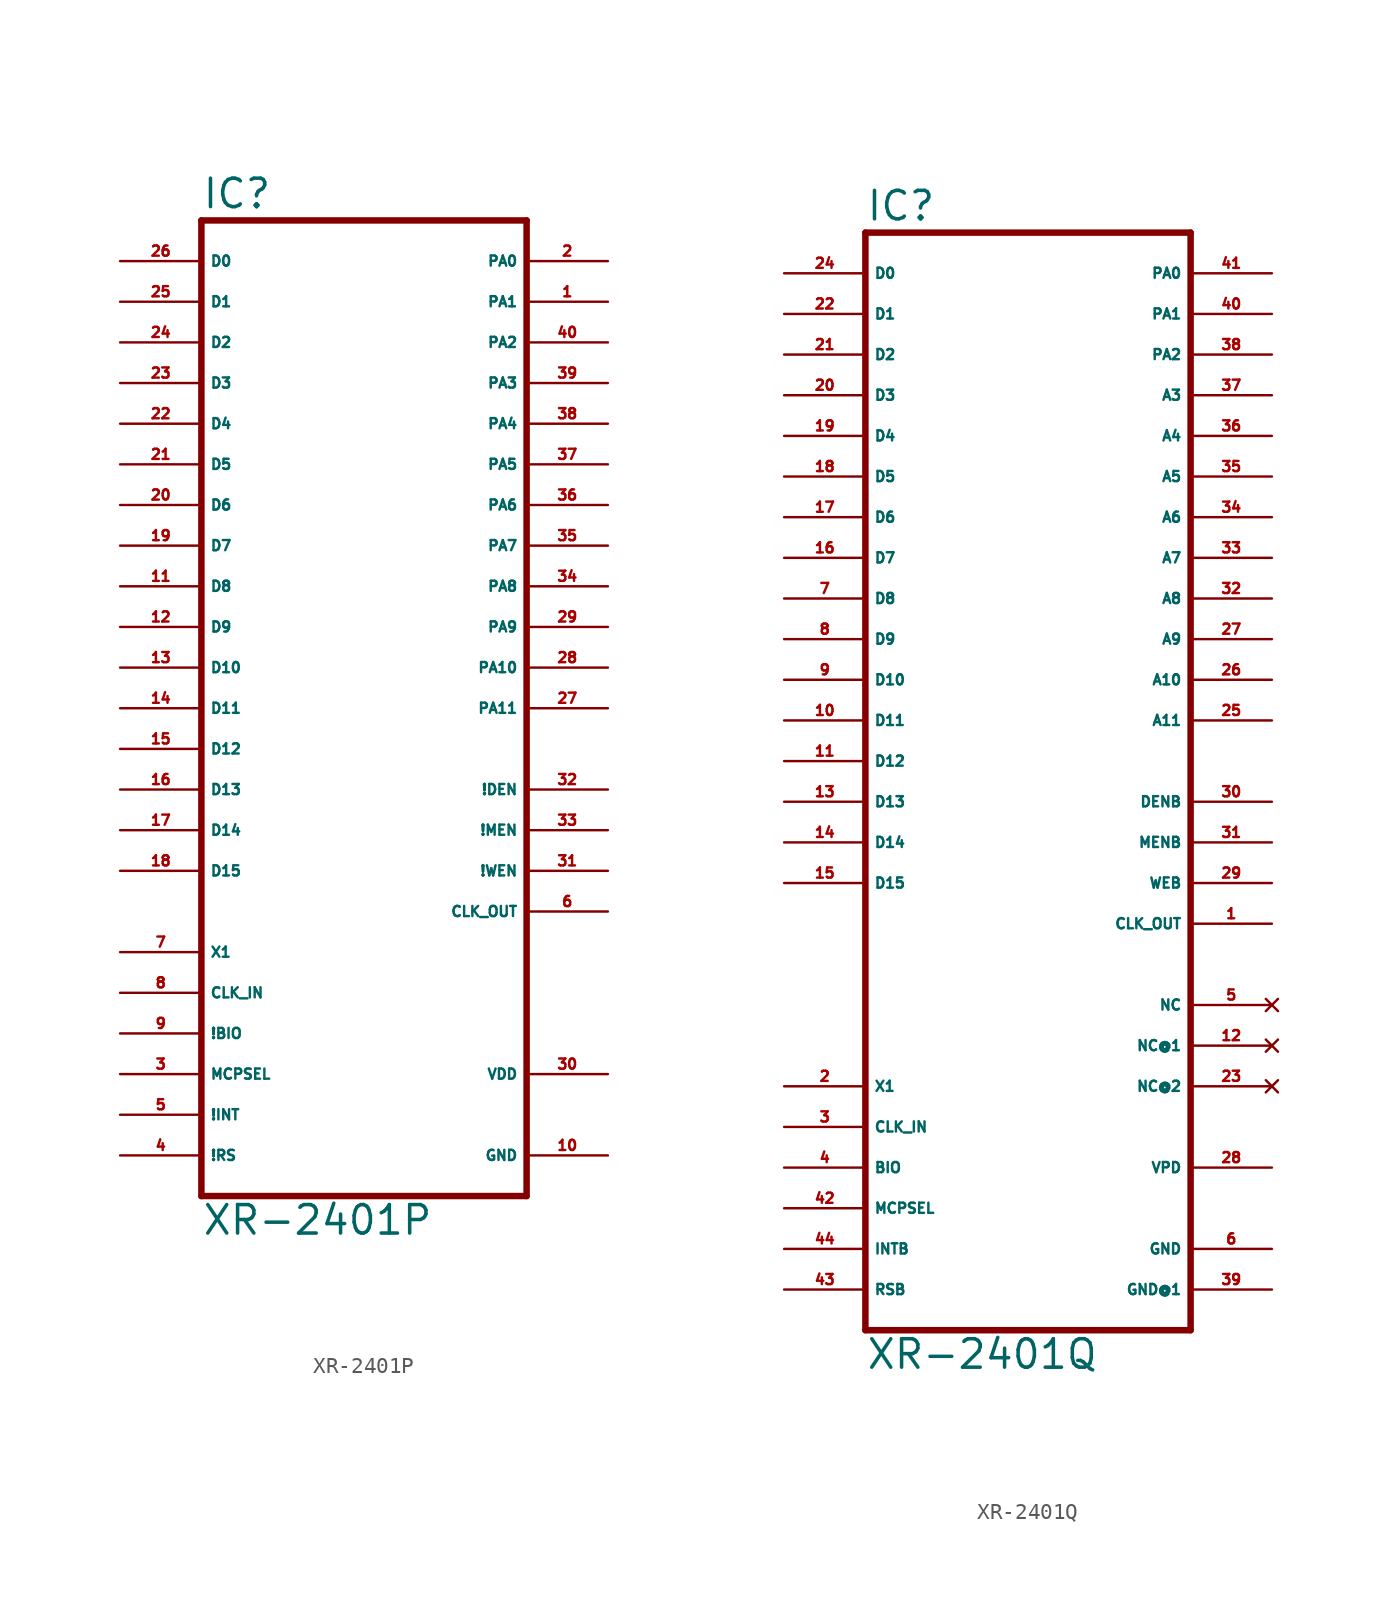
<source format=kicad_sym>
(kicad_symbol_lib
  (version 20220914)
  (generator Eagle2Kicad)
  (symbol "XR-2401P"
    (property "Reference" "IC"
      (at -10.16 33.655 0)
      (effects (font (size 1.778 1.778) (thickness 0.22)) (justify left bottom)))
    (property "Value" "XR-2401P"
      (at -10.16 -30.48 0)
      (effects (font (size 1.778 1.778) (thickness 0.22)) (justify left bottom)))
    (polyline
      (pts (xy -10.16 -27.94) (xy 10.16 -27.94))
      (stroke (width 0.406) (type default))
      (fill (type none)))
    (polyline
      (pts (xy 10.16 -27.94) (xy 10.16 33.02))
      (stroke (width 0.406) (type default))
      (fill (type none)))
    (polyline
      (pts (xy 10.16 33.02) (xy -10.16 33.02))
      (stroke (width 0.406) (type default))
      (fill (type none)))
    (polyline
      (pts (xy -10.16 33.02) (xy -10.16 -27.94))
      (stroke (width 0.406) (type default))
      (fill (type none)))
    (pin bidirectional line
      (at -15.24 30.48 0)
      (length 5.08)
      (name "D0" (effects (font (size 0.635 0.635) (thickness 0.08)) (justify left bottom)))
      (number "26" (effects (font (size 0.635 0.635) (thickness 0.08)) (justify left bottom))))
    (pin output line
      (at 15.24 30.48 180)
      (length 5.08)
      (name "PA0" (effects (font (size 0.635 0.635) (thickness 0.08)) (justify left bottom)))
      (number "2" (effects (font (size 0.635 0.635) (thickness 0.08)) (justify left bottom))))
    (pin output line
      (at 15.24 27.94 180)
      (length 5.08)
      (name "PA1" (effects (font (size 0.635 0.635) (thickness 0.08)) (justify left bottom)))
      (number "1" (effects (font (size 0.635 0.635) (thickness 0.08)) (justify left bottom))))
    (pin output line
      (at 15.24 25.4 180)
      (length 5.08)
      (name "PA2" (effects (font (size 0.635 0.635) (thickness 0.08)) (justify left bottom)))
      (number "40" (effects (font (size 0.635 0.635) (thickness 0.08)) (justify left bottom))))
    (pin output line
      (at 15.24 22.86 180)
      (length 5.08)
      (name "PA3" (effects (font (size 0.635 0.635) (thickness 0.08)) (justify left bottom)))
      (number "39" (effects (font (size 0.635 0.635) (thickness 0.08)) (justify left bottom))))
    (pin output line
      (at 15.24 20.32 180)
      (length 5.08)
      (name "PA4" (effects (font (size 0.635 0.635) (thickness 0.08)) (justify left bottom)))
      (number "38" (effects (font (size 0.635 0.635) (thickness 0.08)) (justify left bottom))))
    (pin output line
      (at 15.24 17.78 180)
      (length 5.08)
      (name "PA5" (effects (font (size 0.635 0.635) (thickness 0.08)) (justify left bottom)))
      (number "37" (effects (font (size 0.635 0.635) (thickness 0.08)) (justify left bottom))))
    (pin output line
      (at 15.24 15.24 180)
      (length 5.08)
      (name "PA6" (effects (font (size 0.635 0.635) (thickness 0.08)) (justify left bottom)))
      (number "36" (effects (font (size 0.635 0.635) (thickness 0.08)) (justify left bottom))))
    (pin output line
      (at 15.24 12.7 180)
      (length 5.08)
      (name "PA7" (effects (font (size 0.635 0.635) (thickness 0.08)) (justify left bottom)))
      (number "35" (effects (font (size 0.635 0.635) (thickness 0.08)) (justify left bottom))))
    (pin output line
      (at 15.24 10.16 180)
      (length 5.08)
      (name "PA8" (effects (font (size 0.635 0.635) (thickness 0.08)) (justify left bottom)))
      (number "34" (effects (font (size 0.635 0.635) (thickness 0.08)) (justify left bottom))))
    (pin output line
      (at 15.24 7.62 180)
      (length 5.08)
      (name "PA9" (effects (font (size 0.635 0.635) (thickness 0.08)) (justify left bottom)))
      (number "29" (effects (font (size 0.635 0.635) (thickness 0.08)) (justify left bottom))))
    (pin output line
      (at 15.24 5.08 180)
      (length 5.08)
      (name "PA10" (effects (font (size 0.635 0.635) (thickness 0.08)) (justify left bottom)))
      (number "28" (effects (font (size 0.635 0.635) (thickness 0.08)) (justify left bottom))))
    (pin output line
      (at 15.24 2.54 180)
      (length 5.08)
      (name "PA11" (effects (font (size 0.635 0.635) (thickness 0.08)) (justify left bottom)))
      (number "27" (effects (font (size 0.635 0.635) (thickness 0.08)) (justify left bottom))))
    (pin bidirectional line
      (at -15.24 27.94 0)
      (length 5.08)
      (name "D1" (effects (font (size 0.635 0.635) (thickness 0.08)) (justify left bottom)))
      (number "25" (effects (font (size 0.635 0.635) (thickness 0.08)) (justify left bottom))))
    (pin bidirectional line
      (at -15.24 25.4 0)
      (length 5.08)
      (name "D2" (effects (font (size 0.635 0.635) (thickness 0.08)) (justify left bottom)))
      (number "24" (effects (font (size 0.635 0.635) (thickness 0.08)) (justify left bottom))))
    (pin bidirectional line
      (at -15.24 22.86 0)
      (length 5.08)
      (name "D3" (effects (font (size 0.635 0.635) (thickness 0.08)) (justify left bottom)))
      (number "23" (effects (font (size 0.635 0.635) (thickness 0.08)) (justify left bottom))))
    (pin bidirectional line
      (at -15.24 20.32 0)
      (length 5.08)
      (name "D4" (effects (font (size 0.635 0.635) (thickness 0.08)) (justify left bottom)))
      (number "22" (effects (font (size 0.635 0.635) (thickness 0.08)) (justify left bottom))))
    (pin bidirectional line
      (at -15.24 17.78 0)
      (length 5.08)
      (name "D5" (effects (font (size 0.635 0.635) (thickness 0.08)) (justify left bottom)))
      (number "21" (effects (font (size 0.635 0.635) (thickness 0.08)) (justify left bottom))))
    (pin bidirectional line
      (at -15.24 15.24 0)
      (length 5.08)
      (name "D6" (effects (font (size 0.635 0.635) (thickness 0.08)) (justify left bottom)))
      (number "20" (effects (font (size 0.635 0.635) (thickness 0.08)) (justify left bottom))))
    (pin bidirectional line
      (at -15.24 12.7 0)
      (length 5.08)
      (name "D7" (effects (font (size 0.635 0.635) (thickness 0.08)) (justify left bottom)))
      (number "19" (effects (font (size 0.635 0.635) (thickness 0.08)) (justify left bottom))))
    (pin bidirectional line
      (at -15.24 10.16 0)
      (length 5.08)
      (name "D8" (effects (font (size 0.635 0.635) (thickness 0.08)) (justify left bottom)))
      (number "11" (effects (font (size 0.635 0.635) (thickness 0.08)) (justify left bottom))))
    (pin bidirectional line
      (at -15.24 7.62 0)
      (length 5.08)
      (name "D9" (effects (font (size 0.635 0.635) (thickness 0.08)) (justify left bottom)))
      (number "12" (effects (font (size 0.635 0.635) (thickness 0.08)) (justify left bottom))))
    (pin bidirectional line
      (at -15.24 5.08 0)
      (length 5.08)
      (name "D10" (effects (font (size 0.635 0.635) (thickness 0.08)) (justify left bottom)))
      (number "13" (effects (font (size 0.635 0.635) (thickness 0.08)) (justify left bottom))))
    (pin bidirectional line
      (at -15.24 2.54 0)
      (length 5.08)
      (name "D11" (effects (font (size 0.635 0.635) (thickness 0.08)) (justify left bottom)))
      (number "14" (effects (font (size 0.635 0.635) (thickness 0.08)) (justify left bottom))))
    (pin bidirectional line
      (at -15.24 0 0)
      (length 5.08)
      (name "D12" (effects (font (size 0.635 0.635) (thickness 0.08)) (justify left bottom)))
      (number "15" (effects (font (size 0.635 0.635) (thickness 0.08)) (justify left bottom))))
    (pin bidirectional line
      (at -15.24 -2.54 0)
      (length 5.08)
      (name "D13" (effects (font (size 0.635 0.635) (thickness 0.08)) (justify left bottom)))
      (number "16" (effects (font (size 0.635 0.635) (thickness 0.08)) (justify left bottom))))
    (pin bidirectional line
      (at -15.24 -5.08 0)
      (length 5.08)
      (name "D14" (effects (font (size 0.635 0.635) (thickness 0.08)) (justify left bottom)))
      (number "17" (effects (font (size 0.635 0.635) (thickness 0.08)) (justify left bottom))))
    (pin bidirectional line
      (at -15.24 -7.62 0)
      (length 5.08)
      (name "D15" (effects (font (size 0.635 0.635) (thickness 0.08)) (justify left bottom)))
      (number "18" (effects (font (size 0.635 0.635) (thickness 0.08)) (justify left bottom))))
    (pin output line
      (at 15.24 -10.16 180)
      (length 5.08)
      (name "CLK_OUT" (effects (font (size 0.635 0.635) (thickness 0.08)) (justify left bottom)))
      (number "6" (effects (font (size 0.635 0.635) (thickness 0.08)) (justify left bottom))))
    (pin output line
      (at 15.24 -2.54 180)
      (length 5.08)
      (name "!DEN" (effects (font (size 0.635 0.635) (thickness 0.08)) (justify left bottom)))
      (number "32" (effects (font (size 0.635 0.635) (thickness 0.08)) (justify left bottom))))
    (pin output line
      (at 15.24 -5.08 180)
      (length 5.08)
      (name "!MEN" (effects (font (size 0.635 0.635) (thickness 0.08)) (justify left bottom)))
      (number "33" (effects (font (size 0.635 0.635) (thickness 0.08)) (justify left bottom))))
    (pin output line
      (at 15.24 -7.62 180)
      (length 5.08)
      (name "!WEN" (effects (font (size 0.635 0.635) (thickness 0.08)) (justify left bottom)))
      (number "31" (effects (font (size 0.635 0.635) (thickness 0.08)) (justify left bottom))))
    (pin input line
      (at -15.24 -12.7 0)
      (length 5.08)
      (name "X1" (effects (font (size 0.635 0.635) (thickness 0.08)) (justify left bottom)))
      (number "7" (effects (font (size 0.635 0.635) (thickness 0.08)) (justify left bottom))))
    (pin input line
      (at -15.24 -15.24 0)
      (length 5.08)
      (name "CLK_IN" (effects (font (size 0.635 0.635) (thickness 0.08)) (justify left bottom)))
      (number "8" (effects (font (size 0.635 0.635) (thickness 0.08)) (justify left bottom))))
    (pin input line
      (at -15.24 -17.78 0)
      (length 5.08)
      (name "!BIO" (effects (font (size 0.635 0.635) (thickness 0.08)) (justify left bottom)))
      (number "9" (effects (font (size 0.635 0.635) (thickness 0.08)) (justify left bottom))))
    (pin input line
      (at -15.24 -20.32 0)
      (length 5.08)
      (name "MCPSEL" (effects (font (size 0.635 0.635) (thickness 0.08)) (justify left bottom)))
      (number "3" (effects (font (size 0.635 0.635) (thickness 0.08)) (justify left bottom))))
    (pin input line
      (at -15.24 -22.86 0)
      (length 5.08)
      (name "!INT" (effects (font (size 0.635 0.635) (thickness 0.08)) (justify left bottom)))
      (number "5" (effects (font (size 0.635 0.635) (thickness 0.08)) (justify left bottom))))
    (pin input line
      (at -15.24 -25.4 0)
      (length 5.08)
      (name "!RS" (effects (font (size 0.635 0.635) (thickness 0.08)) (justify left bottom)))
      (number "4" (effects (font (size 0.635 0.635) (thickness 0.08)) (justify left bottom))))
    (pin unspecified line
      (at 15.24 -25.4 180)
      (length 5.08)
      (name "GND" (effects (font (size 0.635 0.635) (thickness 0.08)) (justify left bottom)))
      (number "10" (effects (font (size 0.635 0.635) (thickness 0.08)) (justify left bottom))))
    (pin unspecified line
      (at 15.24 -20.32 180)
      (length 5.08)
      (name "VDD" (effects (font (size 0.635 0.635) (thickness 0.08)) (justify left bottom)))
      (number "30" (effects (font (size 0.635 0.635) (thickness 0.08)) (justify left bottom)))))
  (symbol "XR-2401Q"
    (property "Reference" "IC"
      (at -10.16 33.655 0)
      (effects (font (size 1.778 1.778) (thickness 0.22)) (justify left bottom)))
    (property "Value" "XR-2401Q"
      (at -10.16 -38.1 0)
      (effects (font (size 1.778 1.778) (thickness 0.22)) (justify left bottom)))
    (polyline
      (pts (xy -10.16 -35.56) (xy 10.16 -35.56))
      (stroke (width 0.406) (type default))
      (fill (type none)))
    (polyline
      (pts (xy 10.16 -35.56) (xy 10.16 33.02))
      (stroke (width 0.406) (type default))
      (fill (type none)))
    (polyline
      (pts (xy 10.16 33.02) (xy -10.16 33.02))
      (stroke (width 0.406) (type default))
      (fill (type none)))
    (polyline
      (pts (xy -10.16 33.02) (xy -10.16 -35.56))
      (stroke (width 0.406) (type default))
      (fill (type none)))
    (pin bidirectional line
      (at -15.24 30.48 0)
      (length 5.08)
      (name "D0" (effects (font (size 0.635 0.635) (thickness 0.08)) (justify left bottom)))
      (number "24" (effects (font (size 0.635 0.635) (thickness 0.08)) (justify left bottom))))
    (pin output line
      (at 15.24 30.48 180)
      (length 5.08)
      (name "PA0" (effects (font (size 0.635 0.635) (thickness 0.08)) (justify left bottom)))
      (number "41" (effects (font (size 0.635 0.635) (thickness 0.08)) (justify left bottom))))
    (pin output line
      (at 15.24 27.94 180)
      (length 5.08)
      (name "PA1" (effects (font (size 0.635 0.635) (thickness 0.08)) (justify left bottom)))
      (number "40" (effects (font (size 0.635 0.635) (thickness 0.08)) (justify left bottom))))
    (pin output line
      (at 15.24 25.4 180)
      (length 5.08)
      (name "PA2" (effects (font (size 0.635 0.635) (thickness 0.08)) (justify left bottom)))
      (number "38" (effects (font (size 0.635 0.635) (thickness 0.08)) (justify left bottom))))
    (pin output line
      (at 15.24 22.86 180)
      (length 5.08)
      (name "A3" (effects (font (size 0.635 0.635) (thickness 0.08)) (justify left bottom)))
      (number "37" (effects (font (size 0.635 0.635) (thickness 0.08)) (justify left bottom))))
    (pin output line
      (at 15.24 20.32 180)
      (length 5.08)
      (name "A4" (effects (font (size 0.635 0.635) (thickness 0.08)) (justify left bottom)))
      (number "36" (effects (font (size 0.635 0.635) (thickness 0.08)) (justify left bottom))))
    (pin output line
      (at 15.24 17.78 180)
      (length 5.08)
      (name "A5" (effects (font (size 0.635 0.635) (thickness 0.08)) (justify left bottom)))
      (number "35" (effects (font (size 0.635 0.635) (thickness 0.08)) (justify left bottom))))
    (pin output line
      (at 15.24 15.24 180)
      (length 5.08)
      (name "A6" (effects (font (size 0.635 0.635) (thickness 0.08)) (justify left bottom)))
      (number "34" (effects (font (size 0.635 0.635) (thickness 0.08)) (justify left bottom))))
    (pin output line
      (at 15.24 12.7 180)
      (length 5.08)
      (name "A7" (effects (font (size 0.635 0.635) (thickness 0.08)) (justify left bottom)))
      (number "33" (effects (font (size 0.635 0.635) (thickness 0.08)) (justify left bottom))))
    (pin output line
      (at 15.24 10.16 180)
      (length 5.08)
      (name "A8" (effects (font (size 0.635 0.635) (thickness 0.08)) (justify left bottom)))
      (number "32" (effects (font (size 0.635 0.635) (thickness 0.08)) (justify left bottom))))
    (pin output line
      (at 15.24 7.62 180)
      (length 5.08)
      (name "A9" (effects (font (size 0.635 0.635) (thickness 0.08)) (justify left bottom)))
      (number "27" (effects (font (size 0.635 0.635) (thickness 0.08)) (justify left bottom))))
    (pin output line
      (at 15.24 5.08 180)
      (length 5.08)
      (name "A10" (effects (font (size 0.635 0.635) (thickness 0.08)) (justify left bottom)))
      (number "26" (effects (font (size 0.635 0.635) (thickness 0.08)) (justify left bottom))))
    (pin output line
      (at 15.24 2.54 180)
      (length 5.08)
      (name "A11" (effects (font (size 0.635 0.635) (thickness 0.08)) (justify left bottom)))
      (number "25" (effects (font (size 0.635 0.635) (thickness 0.08)) (justify left bottom))))
    (pin bidirectional line
      (at -15.24 27.94 0)
      (length 5.08)
      (name "D1" (effects (font (size 0.635 0.635) (thickness 0.08)) (justify left bottom)))
      (number "22" (effects (font (size 0.635 0.635) (thickness 0.08)) (justify left bottom))))
    (pin bidirectional line
      (at -15.24 25.4 0)
      (length 5.08)
      (name "D2" (effects (font (size 0.635 0.635) (thickness 0.08)) (justify left bottom)))
      (number "21" (effects (font (size 0.635 0.635) (thickness 0.08)) (justify left bottom))))
    (pin bidirectional line
      (at -15.24 22.86 0)
      (length 5.08)
      (name "D3" (effects (font (size 0.635 0.635) (thickness 0.08)) (justify left bottom)))
      (number "20" (effects (font (size 0.635 0.635) (thickness 0.08)) (justify left bottom))))
    (pin bidirectional line
      (at -15.24 20.32 0)
      (length 5.08)
      (name "D4" (effects (font (size 0.635 0.635) (thickness 0.08)) (justify left bottom)))
      (number "19" (effects (font (size 0.635 0.635) (thickness 0.08)) (justify left bottom))))
    (pin bidirectional line
      (at -15.24 17.78 0)
      (length 5.08)
      (name "D5" (effects (font (size 0.635 0.635) (thickness 0.08)) (justify left bottom)))
      (number "18" (effects (font (size 0.635 0.635) (thickness 0.08)) (justify left bottom))))
    (pin bidirectional line
      (at -15.24 15.24 0)
      (length 5.08)
      (name "D6" (effects (font (size 0.635 0.635) (thickness 0.08)) (justify left bottom)))
      (number "17" (effects (font (size 0.635 0.635) (thickness 0.08)) (justify left bottom))))
    (pin bidirectional line
      (at -15.24 12.7 0)
      (length 5.08)
      (name "D7" (effects (font (size 0.635 0.635) (thickness 0.08)) (justify left bottom)))
      (number "16" (effects (font (size 0.635 0.635) (thickness 0.08)) (justify left bottom))))
    (pin bidirectional line
      (at -15.24 10.16 0)
      (length 5.08)
      (name "D8" (effects (font (size 0.635 0.635) (thickness 0.08)) (justify left bottom)))
      (number "7" (effects (font (size 0.635 0.635) (thickness 0.08)) (justify left bottom))))
    (pin bidirectional line
      (at -15.24 7.62 0)
      (length 5.08)
      (name "D9" (effects (font (size 0.635 0.635) (thickness 0.08)) (justify left bottom)))
      (number "8" (effects (font (size 0.635 0.635) (thickness 0.08)) (justify left bottom))))
    (pin bidirectional line
      (at -15.24 5.08 0)
      (length 5.08)
      (name "D10" (effects (font (size 0.635 0.635) (thickness 0.08)) (justify left bottom)))
      (number "9" (effects (font (size 0.635 0.635) (thickness 0.08)) (justify left bottom))))
    (pin bidirectional line
      (at -15.24 2.54 0)
      (length 5.08)
      (name "D11" (effects (font (size 0.635 0.635) (thickness 0.08)) (justify left bottom)))
      (number "10" (effects (font (size 0.635 0.635) (thickness 0.08)) (justify left bottom))))
    (pin bidirectional line
      (at -15.24 0 0)
      (length 5.08)
      (name "D12" (effects (font (size 0.635 0.635) (thickness 0.08)) (justify left bottom)))
      (number "11" (effects (font (size 0.635 0.635) (thickness 0.08)) (justify left bottom))))
    (pin bidirectional line
      (at -15.24 -2.54 0)
      (length 5.08)
      (name "D13" (effects (font (size 0.635 0.635) (thickness 0.08)) (justify left bottom)))
      (number "13" (effects (font (size 0.635 0.635) (thickness 0.08)) (justify left bottom))))
    (pin bidirectional line
      (at -15.24 -5.08 0)
      (length 5.08)
      (name "D14" (effects (font (size 0.635 0.635) (thickness 0.08)) (justify left bottom)))
      (number "14" (effects (font (size 0.635 0.635) (thickness 0.08)) (justify left bottom))))
    (pin bidirectional line
      (at -15.24 -7.62 0)
      (length 5.08)
      (name "D15" (effects (font (size 0.635 0.635) (thickness 0.08)) (justify left bottom)))
      (number "15" (effects (font (size 0.635 0.635) (thickness 0.08)) (justify left bottom))))
    (pin output line
      (at 15.24 -10.16 180)
      (length 5.08)
      (name "CLK_OUT" (effects (font (size 0.635 0.635) (thickness 0.08)) (justify left bottom)))
      (number "1" (effects (font (size 0.635 0.635) (thickness 0.08)) (justify left bottom))))
    (pin output line
      (at 15.24 -2.54 180)
      (length 5.08)
      (name "DENB" (effects (font (size 0.635 0.635) (thickness 0.08)) (justify left bottom)))
      (number "30" (effects (font (size 0.635 0.635) (thickness 0.08)) (justify left bottom))))
    (pin output line
      (at 15.24 -5.08 180)
      (length 5.08)
      (name "MENB" (effects (font (size 0.635 0.635) (thickness 0.08)) (justify left bottom)))
      (number "31" (effects (font (size 0.635 0.635) (thickness 0.08)) (justify left bottom))))
    (pin output line
      (at 15.24 -7.62 180)
      (length 5.08)
      (name "WEB" (effects (font (size 0.635 0.635) (thickness 0.08)) (justify left bottom)))
      (number "29" (effects (font (size 0.635 0.635) (thickness 0.08)) (justify left bottom))))
    (pin input line
      (at -15.24 -20.32 0)
      (length 5.08)
      (name "X1" (effects (font (size 0.635 0.635) (thickness 0.08)) (justify left bottom)))
      (number "2" (effects (font (size 0.635 0.635) (thickness 0.08)) (justify left bottom))))
    (pin input line
      (at -15.24 -22.86 0)
      (length 5.08)
      (name "CLK_IN" (effects (font (size 0.635 0.635) (thickness 0.08)) (justify left bottom)))
      (number "3" (effects (font (size 0.635 0.635) (thickness 0.08)) (justify left bottom))))
    (pin input line
      (at -15.24 -25.4 0)
      (length 5.08)
      (name "BIO" (effects (font (size 0.635 0.635) (thickness 0.08)) (justify left bottom)))
      (number "4" (effects (font (size 0.635 0.635) (thickness 0.08)) (justify left bottom))))
    (pin input line
      (at -15.24 -27.94 0)
      (length 5.08)
      (name "MCPSEL" (effects (font (size 0.635 0.635) (thickness 0.08)) (justify left bottom)))
      (number "42" (effects (font (size 0.635 0.635) (thickness 0.08)) (justify left bottom))))
    (pin input line
      (at -15.24 -30.48 0)
      (length 5.08)
      (name "INTB" (effects (font (size 0.635 0.635) (thickness 0.08)) (justify left bottom)))
      (number "44" (effects (font (size 0.635 0.635) (thickness 0.08)) (justify left bottom))))
    (pin input line
      (at -15.24 -33.02 0)
      (length 5.08)
      (name "RSB" (effects (font (size 0.635 0.635) (thickness 0.08)) (justify left bottom)))
      (number "43" (effects (font (size 0.635 0.635) (thickness 0.08)) (justify left bottom))))
    (pin unspecified line
      (at 15.24 -30.48 180)
      (length 5.08)
      (name "GND" (effects (font (size 0.635 0.635) (thickness 0.08)) (justify left bottom)))
      (number "6" (effects (font (size 0.635 0.635) (thickness 0.08)) (justify left bottom))))
    (pin unspecified line
      (at 15.24 -25.4 180)
      (length 5.08)
      (name "VPD" (effects (font (size 0.635 0.635) (thickness 0.08)) (justify left bottom)))
      (number "28" (effects (font (size 0.635 0.635) (thickness 0.08)) (justify left bottom))))
    (pin unspecified line
      (at 15.24 -33.02 180)
      (length 5.08)
      (name "GND@1" (effects (font (size 0.635 0.635) (thickness 0.08)) (justify left bottom)))
      (number "39" (effects (font (size 0.635 0.635) (thickness 0.08)) (justify left bottom))))
    (pin no_connect line
      (at 15.24 -15.24 180)
      (length 5.08)
      (name "NC" (effects (font (size 0.635 0.635) (thickness 0.08)) (justify left bottom) hide))
      (number "5" (effects (font (size 0.635 0.635) (thickness 0.08)) (justify left bottom) hide)))
    (pin no_connect line
      (at 15.24 -17.78 180)
      (length 5.08)
      (name "NC@1" (effects (font (size 0.635 0.635) (thickness 0.08)) (justify left bottom) hide))
      (number "12" (effects (font (size 0.635 0.635) (thickness 0.08)) (justify left bottom) hide)))
    (pin no_connect line
      (at 15.24 -20.32 180)
      (length 5.08)
      (name "NC@2" (effects (font (size 0.635 0.635) (thickness 0.08)) (justify left bottom) hide))
      (number "23" (effects (font (size 0.635 0.635) (thickness 0.08)) (justify left bottom) hide)))))
</source>
